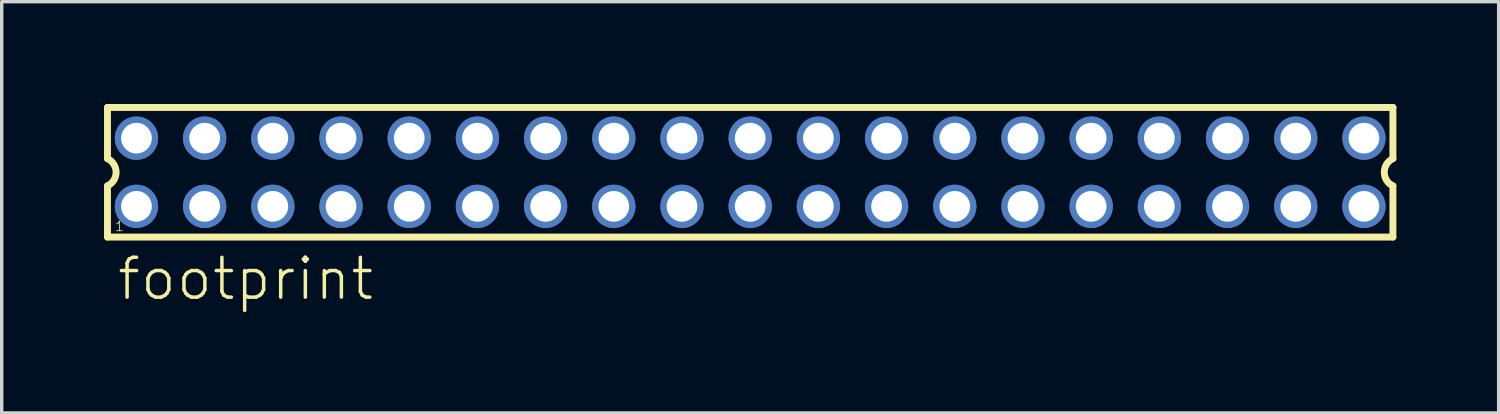
<source format=kicad_pcb>
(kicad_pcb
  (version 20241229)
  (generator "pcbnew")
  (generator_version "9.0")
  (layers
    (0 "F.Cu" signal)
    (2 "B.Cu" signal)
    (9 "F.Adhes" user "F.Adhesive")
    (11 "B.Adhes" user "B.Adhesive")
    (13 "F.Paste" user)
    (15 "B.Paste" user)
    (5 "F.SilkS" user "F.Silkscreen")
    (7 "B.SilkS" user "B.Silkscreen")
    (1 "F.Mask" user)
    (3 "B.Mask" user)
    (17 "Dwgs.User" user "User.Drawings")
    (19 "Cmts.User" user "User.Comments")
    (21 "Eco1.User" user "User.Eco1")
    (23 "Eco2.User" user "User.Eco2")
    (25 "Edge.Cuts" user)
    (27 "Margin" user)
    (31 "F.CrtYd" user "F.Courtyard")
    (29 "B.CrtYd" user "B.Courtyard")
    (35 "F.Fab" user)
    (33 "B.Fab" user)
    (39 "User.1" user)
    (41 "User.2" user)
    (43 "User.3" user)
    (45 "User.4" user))
  (footprint "footprint"
    (layer "F.Cu")
    (at 18.952 2.002)
    (property "Reference" "footprint" (at -18.62 3.81 0) (layer "F.SilkS") (effects (font (size 1.168 1.168) (thickness 0.102)) (justify left bottom)))
    (fp_line (start -18.85 -1.9) (end -18.85 -0.4) (stroke (width 0.203) (type solid)) (layer "F.SilkS"))
    (fp_line (start -18.85 0.4) (end -18.85 1.9) (stroke (width 0.203) (type solid)) (layer "F.SilkS"))
    (fp_line (start -18.85 1.9) (end 18.85 1.9) (stroke (width 0.203) (type solid)) (layer "F.SilkS"))
    (fp_line (start 18.85 -1.9) (end -18.85 -1.9) (stroke (width 0.203) (type solid)) (layer "F.SilkS"))
    (fp_line (start 18.85 -0.4) (end 18.85 -1.9) (stroke (width 0.203) (type solid)) (layer "F.SilkS"))
    (fp_line (start 18.85 1.9) (end 18.85 0.4) (stroke (width 0.203) (type solid)) (layer "F.SilkS"))
    (fp_arc (start -18.85 -0.4) (mid -18.597168 -0.000001) (end -18.849998 0.399999) (stroke (width 0.2032) (type solid)) (layer "F.SilkS"))
    (fp_arc (start 18.85 0.4) (mid 18.597168 0.000001) (end 18.849998 -0.399999) (stroke (width 0.2032) (type solid)) (layer "F.SilkS"))
    (fp_poly (pts (xy -18.25 -0.75) (xy -17.75 -0.75) (xy -17.75 -1.25) (xy -18.25 -1.25)) (stroke (width 0.1) (type solid)) (fill no) (layer "F.Fab"))
    (fp_poly (pts (xy -18.25 1.25) (xy -17.75 1.25) (xy -17.75 0.75) (xy -18.25 0.75)) (stroke (width 0.1) (type solid)) (fill no) (layer "F.Fab"))
    (fp_poly (pts (xy -16.25 -0.75) (xy -15.75 -0.75) (xy -15.75 -1.25) (xy -16.25 -1.25)) (stroke (width 0.1) (type solid)) (fill no) (layer "F.Fab"))
    (fp_poly (pts (xy -16.25 1.25) (xy -15.75 1.25) (xy -15.75 0.75) (xy -16.25 0.75)) (stroke (width 0.1) (type solid)) (fill no) (layer "F.Fab"))
    (fp_poly (pts (xy -14.25 -0.75) (xy -13.75 -0.75) (xy -13.75 -1.25) (xy -14.25 -1.25)) (stroke (width 0.1) (type solid)) (fill no) (layer "F.Fab"))
    (fp_poly (pts (xy -14.25 1.25) (xy -13.75 1.25) (xy -13.75 0.75) (xy -14.25 0.75)) (stroke (width 0.1) (type solid)) (fill no) (layer "F.Fab"))
    (fp_poly (pts (xy -12.25 -0.75) (xy -11.75 -0.75) (xy -11.75 -1.25) (xy -12.25 -1.25)) (stroke (width 0.1) (type solid)) (fill no) (layer "F.Fab"))
    (fp_poly (pts (xy -12.25 1.25) (xy -11.75 1.25) (xy -11.75 0.75) (xy -12.25 0.75)) (stroke (width 0.1) (type solid)) (fill no) (layer "F.Fab"))
    (fp_poly (pts (xy -10.25 -0.75) (xy -9.75 -0.75) (xy -9.75 -1.25) (xy -10.25 -1.25)) (stroke (width 0.1) (type solid)) (fill no) (layer "F.Fab"))
    (fp_poly (pts (xy -10.25 1.25) (xy -9.75 1.25) (xy -9.75 0.75) (xy -10.25 0.75)) (stroke (width 0.1) (type solid)) (fill no) (layer "F.Fab"))
    (fp_poly (pts (xy -8.25 -0.75) (xy -7.75 -0.75) (xy -7.75 -1.25) (xy -8.25 -1.25)) (stroke (width 0.1) (type solid)) (fill no) (layer "F.Fab"))
    (fp_poly (pts (xy -8.25 1.25) (xy -7.75 1.25) (xy -7.75 0.75) (xy -8.25 0.75)) (stroke (width 0.1) (type solid)) (fill no) (layer "F.Fab"))
    (fp_poly (pts (xy -6.25 -0.75) (xy -5.75 -0.75) (xy -5.75 -1.25) (xy -6.25 -1.25)) (stroke (width 0.1) (type solid)) (fill no) (layer "F.Fab"))
    (fp_poly (pts (xy -6.25 1.25) (xy -5.75 1.25) (xy -5.75 0.75) (xy -6.25 0.75)) (stroke (width 0.1) (type solid)) (fill no) (layer "F.Fab"))
    (fp_poly (pts (xy -4.25 -0.75) (xy -3.75 -0.75) (xy -3.75 -1.25) (xy -4.25 -1.25)) (stroke (width 0.1) (type solid)) (fill no) (layer "F.Fab"))
    (fp_poly (pts (xy -4.25 1.25) (xy -3.75 1.25) (xy -3.75 0.75) (xy -4.25 0.75)) (stroke (width 0.1) (type solid)) (fill no) (layer "F.Fab"))
    (fp_poly (pts (xy -2.25 -0.75) (xy -1.75 -0.75) (xy -1.75 -1.25) (xy -2.25 -1.25)) (stroke (width 0.1) (type solid)) (fill no) (layer "F.Fab"))
    (fp_poly (pts (xy -2.25 1.25) (xy -1.75 1.25) (xy -1.75 0.75) (xy -2.25 0.75)) (stroke (width 0.1) (type solid)) (fill no) (layer "F.Fab"))
    (fp_poly (pts (xy -0.25 -0.75) (xy 0.25 -0.75) (xy 0.25 -1.25) (xy -0.25 -1.25)) (stroke (width 0.1) (type solid)) (fill no) (layer "F.Fab"))
    (fp_poly (pts (xy -0.25 1.25) (xy 0.25 1.25) (xy 0.25 0.75) (xy -0.25 0.75)) (stroke (width 0.1) (type solid)) (fill no) (layer "F.Fab"))
    (fp_poly (pts (xy 1.75 -0.75) (xy 2.25 -0.75) (xy 2.25 -1.25) (xy 1.75 -1.25)) (stroke (width 0.1) (type solid)) (fill no) (layer "F.Fab"))
    (fp_poly (pts (xy 1.75 1.25) (xy 2.25 1.25) (xy 2.25 0.75) (xy 1.75 0.75)) (stroke (width 0.1) (type solid)) (fill no) (layer "F.Fab"))
    (fp_poly (pts (xy 3.75 -0.75) (xy 4.25 -0.75) (xy 4.25 -1.25) (xy 3.75 -1.25)) (stroke (width 0.1) (type solid)) (fill no) (layer "F.Fab"))
    (fp_poly (pts (xy 3.75 1.25) (xy 4.25 1.25) (xy 4.25 0.75) (xy 3.75 0.75)) (stroke (width 0.1) (type solid)) (fill no) (layer "F.Fab"))
    (fp_poly (pts (xy 5.75 -0.75) (xy 6.25 -0.75) (xy 6.25 -1.25) (xy 5.75 -1.25)) (stroke (width 0.1) (type solid)) (fill no) (layer "F.Fab"))
    (fp_poly (pts (xy 5.75 1.25) (xy 6.25 1.25) (xy 6.25 0.75) (xy 5.75 0.75)) (stroke (width 0.1) (type solid)) (fill no) (layer "F.Fab"))
    (fp_poly (pts (xy 7.75 -0.75) (xy 8.25 -0.75) (xy 8.25 -1.25) (xy 7.75 -1.25)) (stroke (width 0.1) (type solid)) (fill no) (layer "F.Fab"))
    (fp_poly (pts (xy 7.75 1.25) (xy 8.25 1.25) (xy 8.25 0.75) (xy 7.75 0.75)) (stroke (width 0.1) (type solid)) (fill no) (layer "F.Fab"))
    (fp_poly (pts (xy 9.75 -0.75) (xy 10.25 -0.75) (xy 10.25 -1.25) (xy 9.75 -1.25)) (stroke (width 0.1) (type solid)) (fill no) (layer "F.Fab"))
    (fp_poly (pts (xy 9.75 1.25) (xy 10.25 1.25) (xy 10.25 0.75) (xy 9.75 0.75)) (stroke (width 0.1) (type solid)) (fill no) (layer "F.Fab"))
    (fp_poly (pts (xy 11.75 -0.75) (xy 12.25 -0.75) (xy 12.25 -1.25) (xy 11.75 -1.25)) (stroke (width 0.1) (type solid)) (fill no) (layer "F.Fab"))
    (fp_poly (pts (xy 11.75 1.25) (xy 12.25 1.25) (xy 12.25 0.75) (xy 11.75 0.75)) (stroke (width 0.1) (type solid)) (fill no) (layer "F.Fab"))
    (fp_poly (pts (xy 13.75 -0.75) (xy 14.25 -0.75) (xy 14.25 -1.25) (xy 13.75 -1.25)) (stroke (width 0.1) (type solid)) (fill no) (layer "F.Fab"))
    (fp_poly (pts (xy 13.75 1.25) (xy 14.25 1.25) (xy 14.25 0.75) (xy 13.75 0.75)) (stroke (width 0.1) (type solid)) (fill no) (layer "F.Fab"))
    (fp_poly (pts (xy 15.75 -0.75) (xy 16.25 -0.75) (xy 16.25 -1.25) (xy 15.75 -1.25)) (stroke (width 0.1) (type solid)) (fill no) (layer "F.Fab"))
    (fp_poly (pts (xy 15.75 1.25) (xy 16.25 1.25) (xy 16.25 0.75) (xy 15.75 0.75)) (stroke (width 0.1) (type solid)) (fill no) (layer "F.Fab"))
    (fp_poly (pts (xy 17.75 -0.75) (xy 18.25 -0.75) (xy 18.25 -1.25) (xy 17.75 -1.25)) (stroke (width 0.1) (type solid)) (fill no) (layer "F.Fab"))
    (fp_poly (pts (xy 17.75 1.25) (xy 18.25 1.25) (xy 18.25 0.75) (xy 17.75 0.75)) (stroke (width 0.1) (type solid)) (fill no) (layer "F.Fab"))
    (fp_text user "1" (at -18.65 1.75 0) (layer "F.SilkS") (effects (font (size 0.28 0.28) (thickness 0.024)) (justify left bottom)))
    (pad "1" thru_hole circle (at -18 1) (size 1.27 1.27) (drill 0.9) (layers "*.Cu" "*.Mask"))
    (pad "2" thru_hole circle (at -18 -1) (size 1.27 1.27) (drill 0.9) (layers "*.Cu" "*.Mask"))
    (pad "3" thru_hole circle (at -16 1) (size 1.27 1.27) (drill 0.9) (layers "*.Cu" "*.Mask"))
    (pad "4" thru_hole circle (at -16 -1) (size 1.27 1.27) (drill 0.9) (layers "*.Cu" "*.Mask"))
    (pad "5" thru_hole circle (at -14 1) (size 1.27 1.27) (drill 0.9) (layers "*.Cu" "*.Mask"))
    (pad "6" thru_hole circle (at -14 -1) (size 1.27 1.27) (drill 0.9) (layers "*.Cu" "*.Mask"))
    (pad "7" thru_hole circle (at -12 1) (size 1.27 1.27) (drill 0.9) (layers "*.Cu" "*.Mask"))
    (pad "8" thru_hole circle (at -12 -1) (size 1.27 1.27) (drill 0.9) (layers "*.Cu" "*.Mask"))
    (pad "9" thru_hole circle (at -10 1) (size 1.27 1.27) (drill 0.9) (layers "*.Cu" "*.Mask"))
    (pad "10" thru_hole circle (at -10 -1) (size 1.27 1.27) (drill 0.9) (layers "*.Cu" "*.Mask"))
    (pad "11" thru_hole circle (at -8 1) (size 1.27 1.27) (drill 0.9) (layers "*.Cu" "*.Mask"))
    (pad "12" thru_hole circle (at -8 -1) (size 1.27 1.27) (drill 0.9) (layers "*.Cu" "*.Mask"))
    (pad "13" thru_hole circle (at -6 1) (size 1.27 1.27) (drill 0.9) (layers "*.Cu" "*.Mask"))
    (pad "14" thru_hole circle (at -6 -1) (size 1.27 1.27) (drill 0.9) (layers "*.Cu" "*.Mask"))
    (pad "15" thru_hole circle (at -4 1) (size 1.27 1.27) (drill 0.9) (layers "*.Cu" "*.Mask"))
    (pad "16" thru_hole circle (at -4 -1) (size 1.27 1.27) (drill 0.9) (layers "*.Cu" "*.Mask"))
    (pad "17" thru_hole circle (at -2 1) (size 1.27 1.27) (drill 0.9) (layers "*.Cu" "*.Mask"))
    (pad "18" thru_hole circle (at -2 -1) (size 1.27 1.27) (drill 0.9) (layers "*.Cu" "*.Mask"))
    (pad "19" thru_hole circle (at 0 1) (size 1.27 1.27) (drill 0.9) (layers "*.Cu" "*.Mask"))
    (pad "20" thru_hole circle (at 0 -1) (size 1.27 1.27) (drill 0.9) (layers "*.Cu" "*.Mask"))
    (pad "21" thru_hole circle (at 2 1) (size 1.27 1.27) (drill 0.9) (layers "*.Cu" "*.Mask"))
    (pad "22" thru_hole circle (at 2 -1) (size 1.27 1.27) (drill 0.9) (layers "*.Cu" "*.Mask"))
    (pad "23" thru_hole circle (at 4 1) (size 1.27 1.27) (drill 0.9) (layers "*.Cu" "*.Mask"))
    (pad "24" thru_hole circle (at 4 -1) (size 1.27 1.27) (drill 0.9) (layers "*.Cu" "*.Mask"))
    (pad "25" thru_hole circle (at 6 1) (size 1.27 1.27) (drill 0.9) (layers "*.Cu" "*.Mask"))
    (pad "26" thru_hole circle (at 6 -1) (size 1.27 1.27) (drill 0.9) (layers "*.Cu" "*.Mask"))
    (pad "27" thru_hole circle (at 8 1) (size 1.27 1.27) (drill 0.9) (layers "*.Cu" "*.Mask"))
    (pad "28" thru_hole circle (at 8 -1) (size 1.27 1.27) (drill 0.9) (layers "*.Cu" "*.Mask"))
    (pad "29" thru_hole circle (at 10 1) (size 1.27 1.27) (drill 0.9) (layers "*.Cu" "*.Mask"))
    (pad "30" thru_hole circle (at 10 -1) (size 1.27 1.27) (drill 0.9) (layers "*.Cu" "*.Mask"))
    (pad "31" thru_hole circle (at 12 1) (size 1.27 1.27) (drill 0.9) (layers "*.Cu" "*.Mask"))
    (pad "32" thru_hole circle (at 12 -1) (size 1.27 1.27) (drill 0.9) (layers "*.Cu" "*.Mask"))
    (pad "33" thru_hole circle (at 14 1) (size 1.27 1.27) (drill 0.9) (layers "*.Cu" "*.Mask"))
    (pad "34" thru_hole circle (at 14 -1) (size 1.27 1.27) (drill 0.9) (layers "*.Cu" "*.Mask"))
    (pad "35" thru_hole circle (at 16 1) (size 1.27 1.27) (drill 0.9) (layers "*.Cu" "*.Mask"))
    (pad "36" thru_hole circle (at 16 -1) (size 1.27 1.27) (drill 0.9) (layers "*.Cu" "*.Mask"))
    (pad "37" thru_hole circle (at 18 1) (size 1.27 1.27) (drill 0.9) (layers "*.Cu" "*.Mask"))
    (pad "38" thru_hole circle (at 18 -1) (size 1.27 1.27) (drill 0.9) (layers "*.Cu" "*.Mask")))
  (gr_rect
    (start -3 -3)
    (end 40.903 9.062)
    (stroke (width 0.1) (type default))
    (fill no)
    (layer "Edge.Cuts")))
</source>
